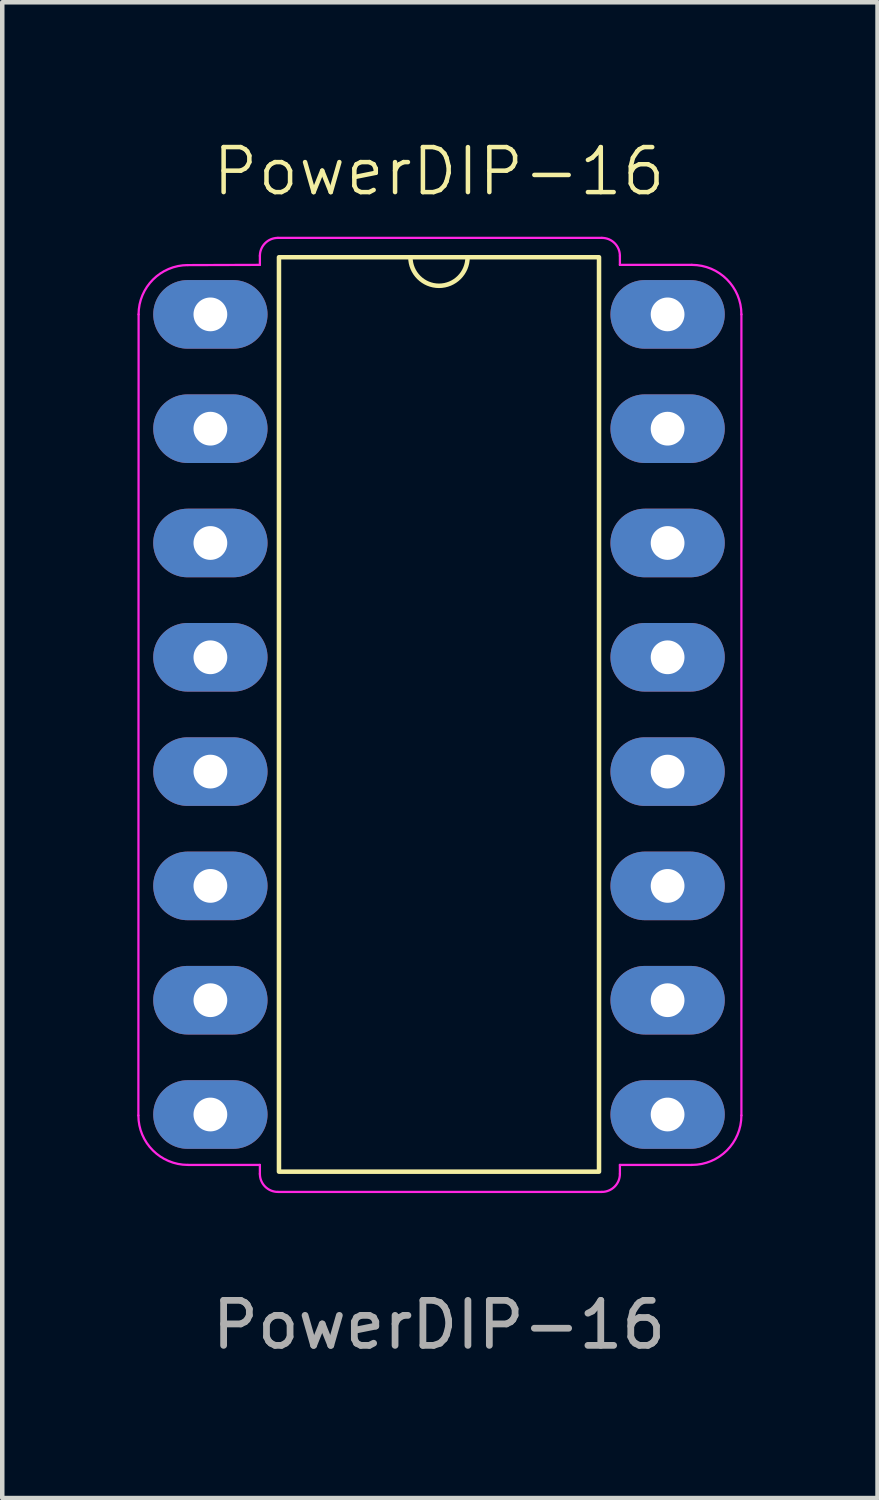
<source format=kicad_pcb>
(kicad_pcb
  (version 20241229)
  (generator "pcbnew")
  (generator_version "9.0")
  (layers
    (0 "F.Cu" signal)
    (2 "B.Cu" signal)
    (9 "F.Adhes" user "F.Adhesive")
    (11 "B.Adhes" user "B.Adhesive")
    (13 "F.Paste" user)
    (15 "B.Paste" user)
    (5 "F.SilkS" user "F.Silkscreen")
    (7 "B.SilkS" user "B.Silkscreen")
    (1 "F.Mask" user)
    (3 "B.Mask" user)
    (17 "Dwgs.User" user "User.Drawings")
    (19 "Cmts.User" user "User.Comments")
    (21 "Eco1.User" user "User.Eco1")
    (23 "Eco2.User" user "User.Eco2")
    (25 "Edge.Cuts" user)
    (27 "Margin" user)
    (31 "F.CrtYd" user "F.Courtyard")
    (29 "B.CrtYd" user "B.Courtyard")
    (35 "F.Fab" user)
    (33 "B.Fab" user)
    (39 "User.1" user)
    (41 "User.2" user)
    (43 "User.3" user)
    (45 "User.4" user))
  (footprint "PowerDIP-16"
    (layer "F.Cu")
    (at 1.625 3.936)
    (property "Reference" "PowerDIP-16" (at 5.08 -3.175 0) (unlocked yes) (layer "F.SilkS") (effects (font (size 1 1) (thickness 0.1))))
    (attr smd)
    (fp_rect (start 1.524 -1.27) (end 8.636 19.05) (stroke (width 0.1) (type default)) (fill no) (layer "F.SilkS"))
    (fp_arc (start 5.715 -1.27) (mid 5.08 -0.635) (end 4.445 -1.27) (stroke (width 0.1) (type default)) (layer "F.SilkS"))
    (fp_line (start -1.6 17.8) (end -1.595 0) (stroke (width 0.05) (type default)) (layer "F.CrtYd"))
    (fp_line (start -0.5 -1.095) (end 1.1 -1.1) (stroke (width 0.05) (type default)) (layer "F.CrtYd"))
    (fp_line (start 1.1 -1.3) (end 1.1 -1.1) (stroke (width 0.05) (type default)) (layer "F.CrtYd"))
    (fp_line (start 1.1 18.9) (end -0.5 18.9) (stroke (width 0.05) (type default)) (layer "F.CrtYd"))
    (fp_line (start 1.1 19.1) (end 1.1 18.9) (stroke (width 0.05) (type default)) (layer "F.CrtYd"))
    (fp_line (start 1.5 -1.7) (end 8.7 -1.7) (stroke (width 0.05) (type default)) (layer "F.CrtYd"))
    (fp_line (start 8.7 19.5) (end 1.5 19.5) (stroke (width 0.05) (type default)) (layer "F.CrtYd"))
    (fp_line (start 9.1 -1.3) (end 9.1 -1.1) (stroke (width 0.05) (type default)) (layer "F.CrtYd"))
    (fp_line (start 9.1 -1.1) (end 10.7 -1.1) (stroke (width 0.05) (type default)) (layer "F.CrtYd"))
    (fp_line (start 9.1 18.9) (end 9.1 19.1) (stroke (width 0.05) (type default)) (layer "F.CrtYd"))
    (fp_line (start 10.7 18.9) (end 9.1 18.9) (stroke (width 0.05) (type default)) (layer "F.CrtYd"))
    (fp_line (start 11.8 0) (end 11.8 17.8) (stroke (width 0.05) (type default)) (layer "F.CrtYd"))
    (fp_arc (start -1.595483 0) (mid -1.274623 -0.774623) (end -0.5 -1.095483) (stroke (width 0.05) (type default)) (layer "F.CrtYd"))
    (fp_arc (start -0.5 18.9) (mid -1.277817 18.577817) (end -1.6 17.8) (stroke (width 0.05) (type default)) (layer "F.CrtYd"))
    (fp_arc (start 1.1 -1.3) (mid 1.217157 -1.582843) (end 1.5 -1.7) (stroke (width 0.05) (type default)) (layer "F.CrtYd"))
    (fp_arc (start 1.5 19.5) (mid 1.217157 19.382843) (end 1.1 19.1) (stroke (width 0.05) (type default)) (layer "F.CrtYd"))
    (fp_arc (start 8.7 -1.7) (mid 8.982843 -1.582843) (end 9.1 -1.3) (stroke (width 0.05) (type default)) (layer "F.CrtYd"))
    (fp_arc (start 9.1 19.1) (mid 8.982843 19.382843) (end 8.7 19.5) (stroke (width 0.05) (type default)) (layer "F.CrtYd"))
    (fp_arc (start 10.7 -1.1) (mid 11.477817 -0.777817) (end 11.8 0) (stroke (width 0.05) (type default)) (layer "F.CrtYd"))
    (fp_arc (start 11.8 17.8) (mid 11.477817 18.577817) (end 10.7 18.9) (stroke (width 0.05) (type default)) (layer "F.CrtYd"))
    (fp_text user "${REFERENCE}" (at 5.08 22.455 0) (unlocked yes) (layer "F.Fab") (effects (font (size 1 1) (thickness 0.15))))
    (pad "1" thru_hole oval (at 0 0) (size 2.54 1.524) (drill 0.75) (layers "*.Cu" "*.Mask"))
    (pad "2" thru_hole oval (at 0 2.54) (size 2.54 1.524) (drill 0.75) (layers "*.Cu" "*.Mask"))
    (pad "3" thru_hole oval (at 0 5.08) (size 2.54 1.524) (drill 0.75) (layers "*.Cu" "*.Mask"))
    (pad "4" thru_hole oval (at 0 7.62) (size 2.54 1.524) (drill 0.75) (layers "*.Cu" "*.Mask"))
    (pad "5" thru_hole oval (at 0 10.16) (size 2.54 1.524) (drill 0.75) (layers "*.Cu" "*.Mask"))
    (pad "6" thru_hole oval (at 0 12.7) (size 2.54 1.524) (drill 0.75) (layers "*.Cu" "*.Mask"))
    (pad "7" thru_hole oval (at 0 15.24) (size 2.54 1.524) (drill 0.75) (layers "*.Cu" "*.Mask"))
    (pad "8" thru_hole oval (at 0 17.78) (size 2.54 1.524) (drill 0.75) (layers "*.Cu" "*.Mask"))
    (pad "9" thru_hole oval (at 10.16 17.78) (size 2.54 1.524) (drill 0.75) (layers "*.Cu" "*.Mask"))
    (pad "10" thru_hole oval (at 10.16 15.24) (size 2.54 1.524) (drill 0.75) (layers "*.Cu" "*.Mask"))
    (pad "11" thru_hole oval (at 10.16 12.7) (size 2.54 1.524) (drill 0.75) (layers "*.Cu" "*.Mask"))
    (pad "12" thru_hole oval (at 10.16 10.16) (size 2.54 1.524) (drill 0.75) (layers "*.Cu" "*.Mask"))
    (pad "13" thru_hole oval (at 10.16 7.62) (size 2.54 1.524) (drill 0.75) (layers "*.Cu" "*.Mask"))
    (pad "14" thru_hole oval (at 10.16 5.08) (size 2.54 1.524) (drill 0.75) (layers "*.Cu" "*.Mask"))
    (pad "15" thru_hole oval (at 10.16 2.54) (size 2.54 1.524) (drill 0.75) (layers "*.Cu" "*.Mask"))
    (pad "16" thru_hole oval (at 10.16 0) (size 2.54 1.524) (drill 0.75) (layers "*.Cu" "*.Mask")))
  (gr_rect
    (start -3 -3)
    (end 16.45 30.239)
    (stroke (width 0.1) (type default))
    (fill no)
    (layer "Edge.Cuts")))
</source>
